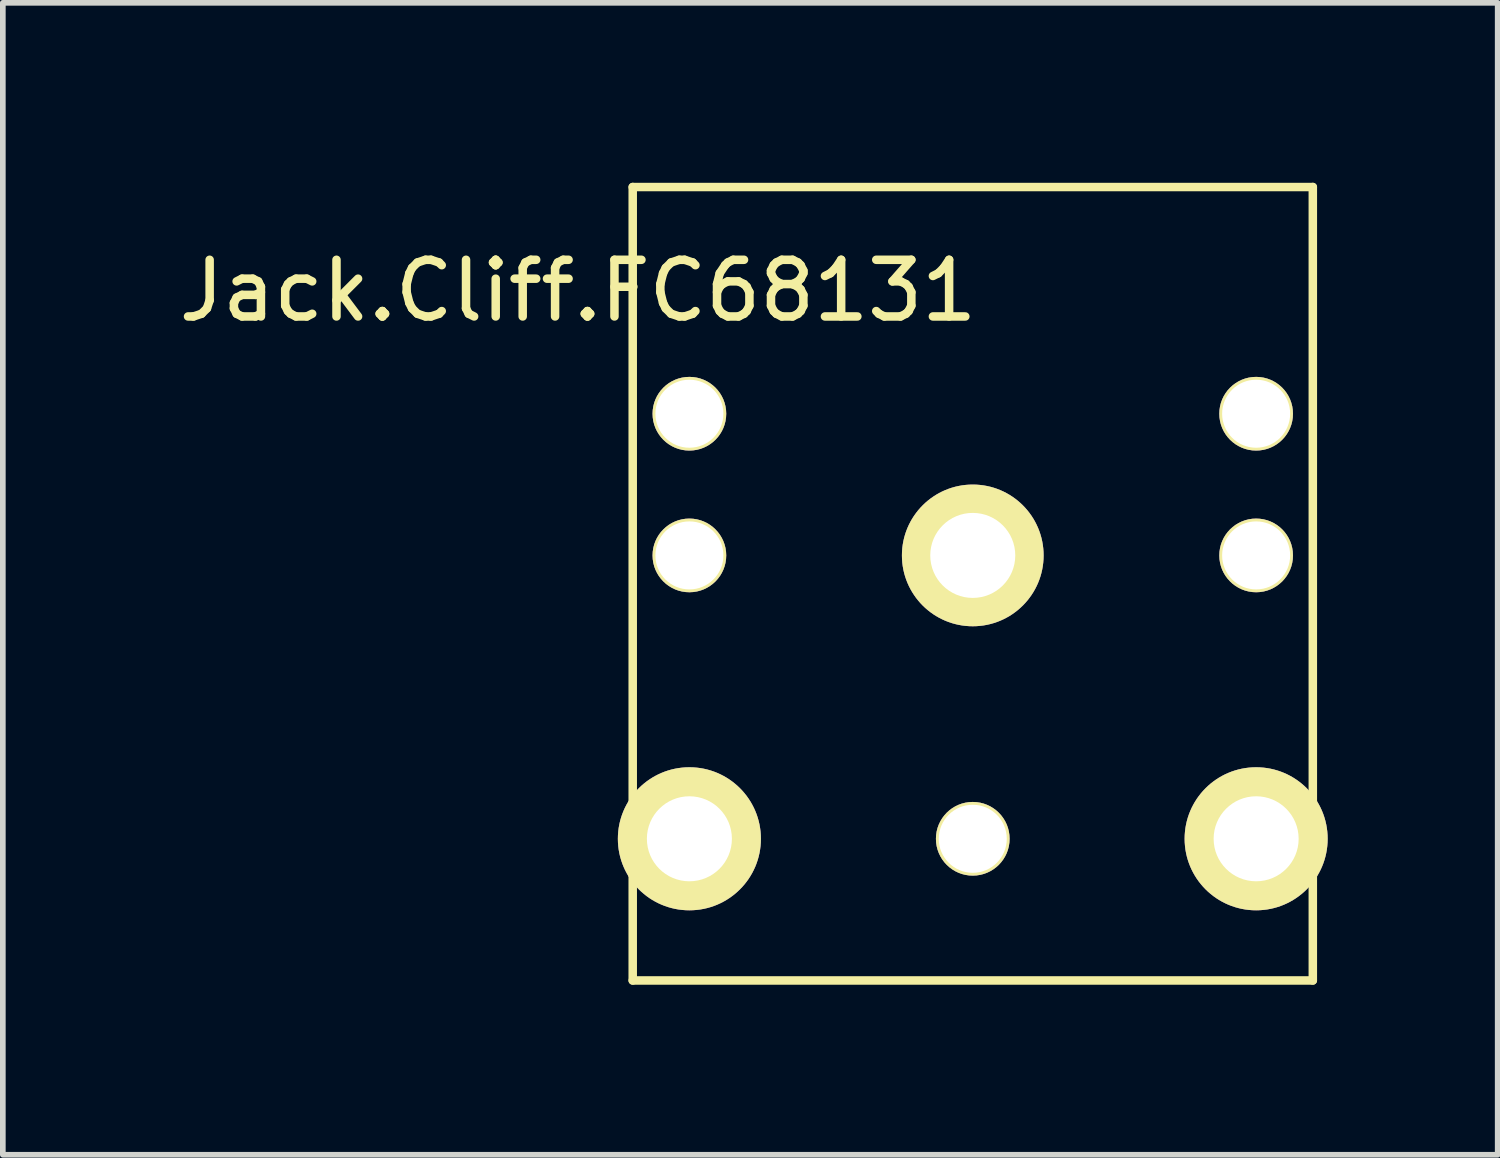
<source format=kicad_pcb>
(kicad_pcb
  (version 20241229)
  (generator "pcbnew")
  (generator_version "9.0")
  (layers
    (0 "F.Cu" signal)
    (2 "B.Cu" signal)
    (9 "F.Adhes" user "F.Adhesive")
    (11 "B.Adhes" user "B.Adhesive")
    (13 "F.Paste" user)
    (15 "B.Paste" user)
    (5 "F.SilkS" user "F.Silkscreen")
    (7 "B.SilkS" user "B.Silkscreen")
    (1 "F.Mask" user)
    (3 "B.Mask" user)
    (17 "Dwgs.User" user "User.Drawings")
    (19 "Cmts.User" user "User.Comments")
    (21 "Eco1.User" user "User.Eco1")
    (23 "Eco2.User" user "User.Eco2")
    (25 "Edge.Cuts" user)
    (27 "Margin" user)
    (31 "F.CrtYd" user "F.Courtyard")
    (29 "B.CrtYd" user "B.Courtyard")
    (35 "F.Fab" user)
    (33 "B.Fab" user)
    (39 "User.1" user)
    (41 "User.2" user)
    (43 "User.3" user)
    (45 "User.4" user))
  (footprint "Jack.Cliff.FC68131"
    (layer "F.Cu")
    (at 8.114 0.25)
    (property "Reference" "Jack.Cliff.FC68131" (at -0.965 1.829 0) (layer "F.SilkS") (effects (font (size 1 1) (thickness 0.15))))
    (attr through_hole)
    (fp_line (start 0 0) (end 0 14) (stroke (width 0.15) (type solid)) (layer "F.SilkS"))
    (fp_line (start 0 14) (end 12 14) (stroke (width 0.15) (type solid)) (layer "F.SilkS"))
    (fp_line (start 12 0) (end 0 0) (stroke (width 0.15) (type solid)) (layer "F.SilkS"))
    (fp_line (start 12 14) (end 12 0) (stroke (width 0.15) (type solid)) (layer "F.SilkS"))
    (pad "" np_thru_hole circle (at 1 4) (size 1.3 1.3) (drill 1.2) (layers "*.Cu" "*.Mask" "F.SilkS"))
    (pad "" np_thru_hole circle (at 1 6.5) (size 1.3 1.3) (drill 1.2) (layers "*.Cu" "*.Mask" "F.SilkS"))
    (pad "" np_thru_hole circle (at 6 11.5) (size 1.3 1.3) (drill 1.2) (layers "*.Cu" "*.Mask" "F.SilkS"))
    (pad "" np_thru_hole circle (at 11 4) (size 1.3 1.3) (drill 1.2) (layers "*.Cu" "*.Mask" "F.SilkS"))
    (pad "" np_thru_hole circle (at 11 6.5) (size 1.3 1.3) (drill 1.2) (layers "*.Cu" "*.Mask" "F.SilkS"))
    (pad "1" thru_hole circle (at 6 6.5) (size 2.5 2.5) (drill 1.5) (layers "*.Cu" "*.Mask" "F.SilkS"))
    (pad "2" thru_hole circle (at 1 11.5) (size 2.524 2.524) (drill 1.5) (layers "*.Cu" "*.Mask" "F.SilkS"))
    (pad "3" thru_hole circle (at 11 11.5) (size 2.524 2.524) (drill 1.5) (layers "*.Cu" "*.Mask" "F.SilkS")))
  (gr_rect
    (start -3 -3)
    (end 23.376 17.325)
    (stroke (width 0.1) (type default))
    (fill no)
    (layer "Edge.Cuts")))
</source>
